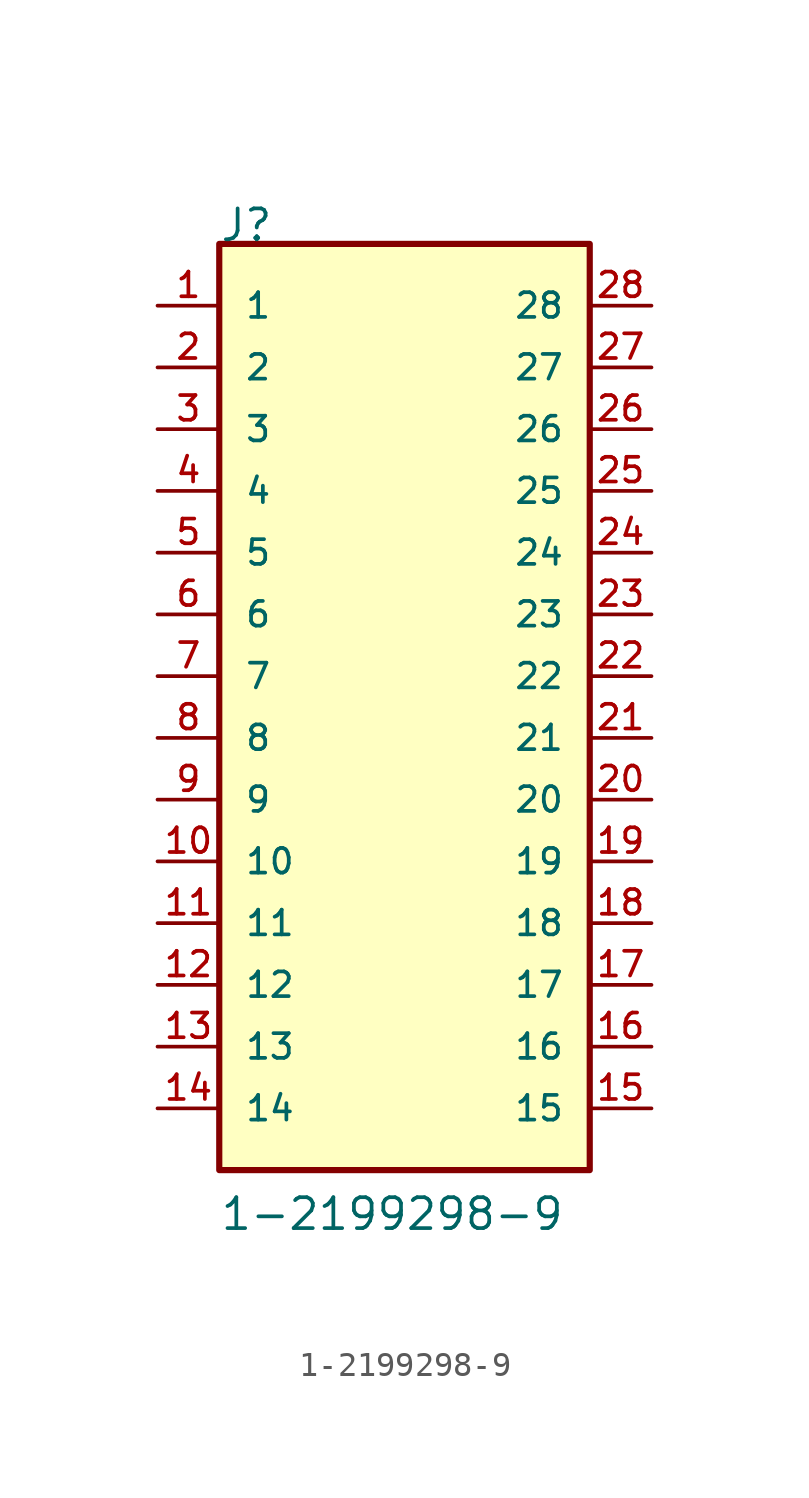
<source format=kicad_sym>
(kicad_symbol_lib
  (version 20211014)
  (generator kicad_symbol_editor)
  (symbol "1-2199298-9"
    (pin_names
      (offset 1.016))
    (property "Reference" "J"
      (at -7.63 20.348 0)
      (effects (font (size 1.27 1.27)) (justify bottom left)))
    (property "Value" "1-2199298-9"
      (at -7.623 -20.328 0)
      (effects (font (size 1.27 1.27)) (justify bottom left)))
    (symbol "1-2199298-9_0_0"
      (rectangle (start -7.62 -17.78) (end 7.62 20.32) (stroke (width 0.254)) (fill (type background)))
      (pin passive line (at -10.16 17.78 0) (length 2.54) (name "1" (effects (font (size 1.016 1.016)))) (number "1" (effects (font (size 1.016 1.016)))))
      (pin passive line (at -10.16 15.24 0) (length 2.54) (name "2" (effects (font (size 1.016 1.016)))) (number "2" (effects (font (size 1.016 1.016)))))
      (pin passive line (at -10.16 12.7 0) (length 2.54) (name "3" (effects (font (size 1.016 1.016)))) (number "3" (effects (font (size 1.016 1.016)))))
      (pin passive line (at -10.16 10.16 0) (length 2.54) (name "4" (effects (font (size 1.016 1.016)))) (number "4" (effects (font (size 1.016 1.016)))))
      (pin passive line (at -10.16 7.62 0) (length 2.54) (name "5" (effects (font (size 1.016 1.016)))) (number "5" (effects (font (size 1.016 1.016)))))
      (pin passive line (at -10.16 5.08 0) (length 2.54) (name "6" (effects (font (size 1.016 1.016)))) (number "6" (effects (font (size 1.016 1.016)))))
      (pin passive line (at -10.16 2.54 0) (length 2.54) (name "7" (effects (font (size 1.016 1.016)))) (number "7" (effects (font (size 1.016 1.016)))))
      (pin passive line (at -10.16 0.0 0) (length 2.54) (name "8" (effects (font (size 1.016 1.016)))) (number "8" (effects (font (size 1.016 1.016)))))
      (pin passive line (at -10.16 -2.54 0) (length 2.54) (name "9" (effects (font (size 1.016 1.016)))) (number "9" (effects (font (size 1.016 1.016)))))
      (pin passive line (at -10.16 -5.08 0) (length 2.54) (name "10" (effects (font (size 1.016 1.016)))) (number "10" (effects (font (size 1.016 1.016)))))
      (pin passive line (at -10.16 -7.62 0) (length 2.54) (name "11" (effects (font (size 1.016 1.016)))) (number "11" (effects (font (size 1.016 1.016)))))
      (pin passive line (at -10.16 -10.16 0) (length 2.54) (name "12" (effects (font (size 1.016 1.016)))) (number "12" (effects (font (size 1.016 1.016)))))
      (pin passive line (at -10.16 -12.7 0) (length 2.54) (name "13" (effects (font (size 1.016 1.016)))) (number "13" (effects (font (size 1.016 1.016)))))
      (pin passive line (at -10.16 -15.24 0) (length 2.54) (name "14" (effects (font (size 1.016 1.016)))) (number "14" (effects (font (size 1.016 1.016)))))
      (pin passive line (at 10.16 -15.24 180.0) (length 2.54) (name "15" (effects (font (size 1.016 1.016)))) (number "15" (effects (font (size 1.016 1.016)))))
      (pin passive line (at 10.16 -12.7 180.0) (length 2.54) (name "16" (effects (font (size 1.016 1.016)))) (number "16" (effects (font (size 1.016 1.016)))))
      (pin passive line (at 10.16 -10.16 180.0) (length 2.54) (name "17" (effects (font (size 1.016 1.016)))) (number "17" (effects (font (size 1.016 1.016)))))
      (pin passive line (at 10.16 -7.62 180.0) (length 2.54) (name "18" (effects (font (size 1.016 1.016)))) (number "18" (effects (font (size 1.016 1.016)))))
      (pin passive line (at 10.16 -5.08 180.0) (length 2.54) (name "19" (effects (font (size 1.016 1.016)))) (number "19" (effects (font (size 1.016 1.016)))))
      (pin passive line (at 10.16 -2.54 180.0) (length 2.54) (name "20" (effects (font (size 1.016 1.016)))) (number "20" (effects (font (size 1.016 1.016)))))
      (pin passive line (at 10.16 0.0 180.0) (length 2.54) (name "21" (effects (font (size 1.016 1.016)))) (number "21" (effects (font (size 1.016 1.016)))))
      (pin passive line (at 10.16 2.54 180.0) (length 2.54) (name "22" (effects (font (size 1.016 1.016)))) (number "22" (effects (font (size 1.016 1.016)))))
      (pin passive line (at 10.16 5.08 180.0) (length 2.54) (name "23" (effects (font (size 1.016 1.016)))) (number "23" (effects (font (size 1.016 1.016)))))
      (pin passive line (at 10.16 7.62 180.0) (length 2.54) (name "24" (effects (font (size 1.016 1.016)))) (number "24" (effects (font (size 1.016 1.016)))))
      (pin passive line (at 10.16 10.16 180.0) (length 2.54) (name "25" (effects (font (size 1.016 1.016)))) (number "25" (effects (font (size 1.016 1.016)))))
      (pin passive line (at 10.16 12.7 180.0) (length 2.54) (name "26" (effects (font (size 1.016 1.016)))) (number "26" (effects (font (size 1.016 1.016)))))
      (pin passive line (at 10.16 15.24 180.0) (length 2.54) (name "27" (effects (font (size 1.016 1.016)))) (number "27" (effects (font (size 1.016 1.016)))))
      (pin passive line (at 10.16 17.78 180.0) (length 2.54) (name "28" (effects (font (size 1.016 1.016)))) (number "28" (effects (font (size 1.016 1.016))))))))
</source>
